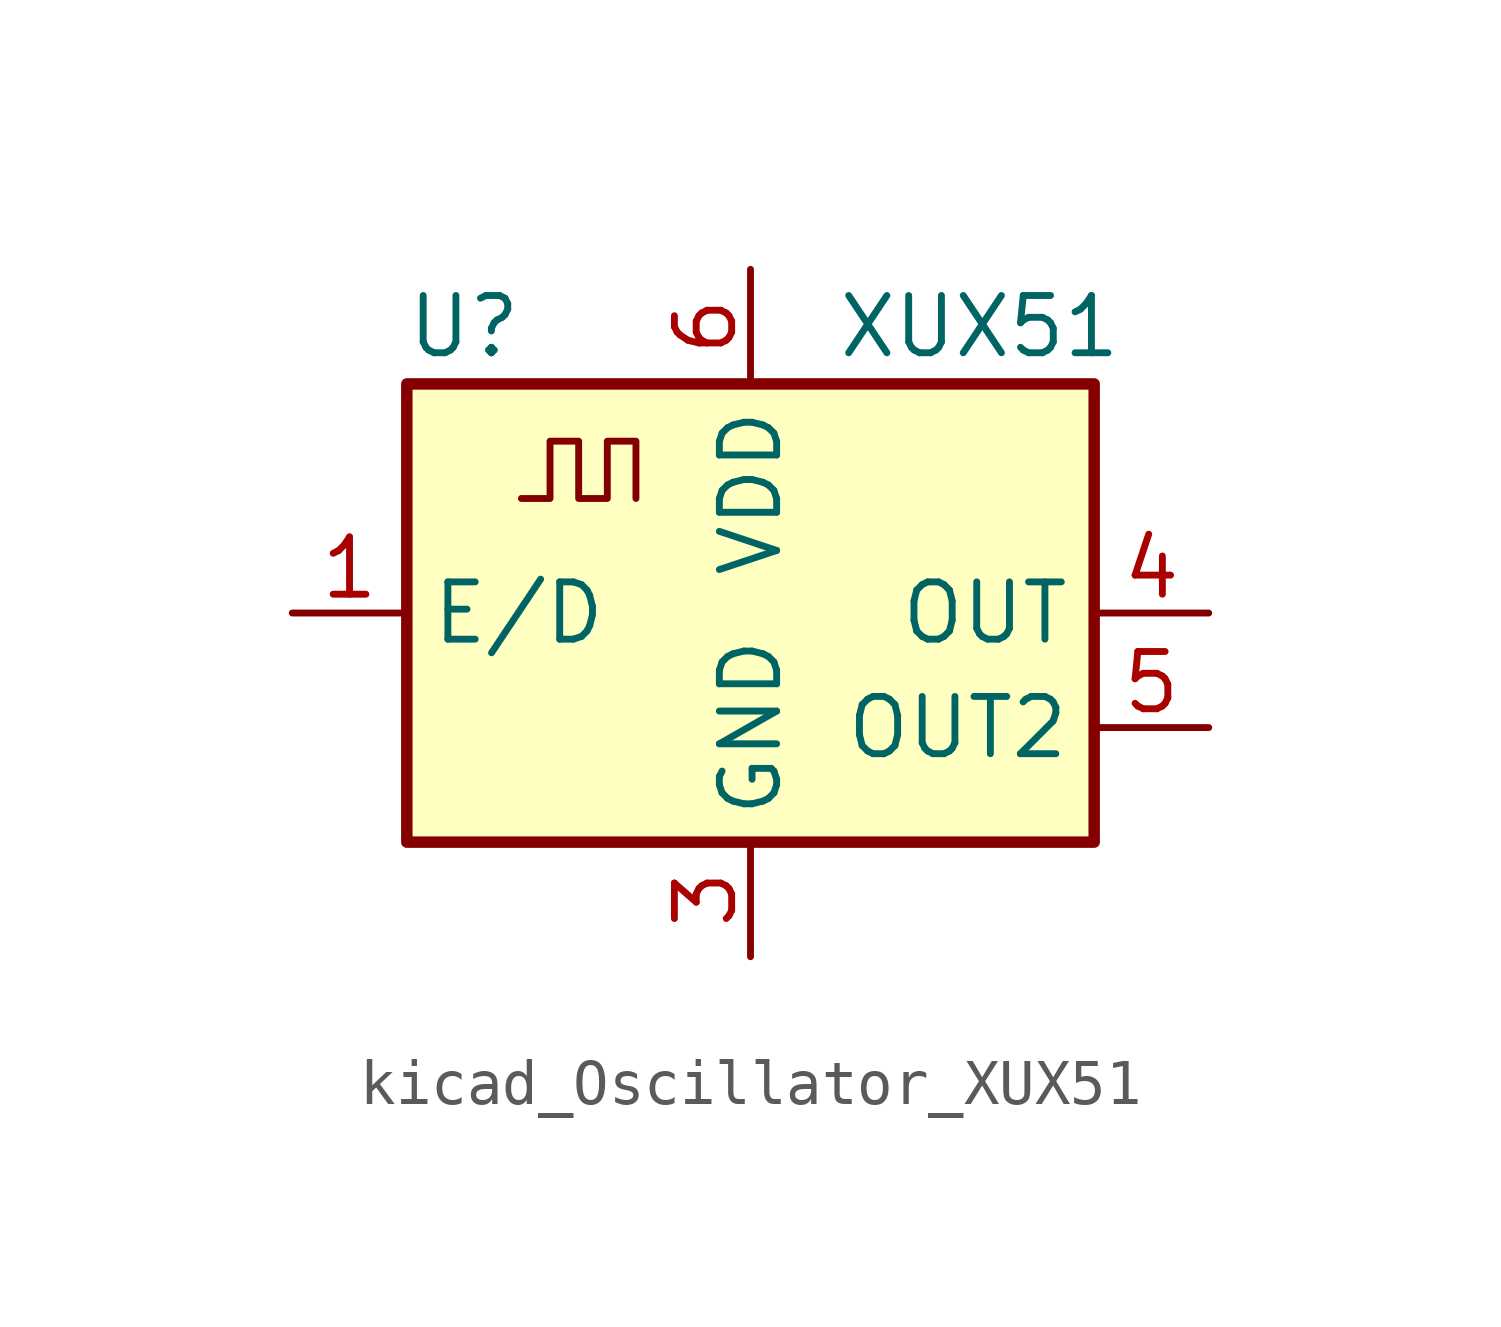
<source format=kicad_sym>
(kicad_symbol_lib
  (version 20220914)
  (generator kicad_symbol_editor)
  (symbol "kicad_Oscillator_XUX51"
    (property "Reference" "U"
      (at -6.35 6.35 0)
      (effects (font (size 1.27 1.27))))
    (property "Value" "XUX51"
      (at 5.08 6.35 0)
      (effects (font (size 1.27 1.27))))
    (symbol "kicad_Oscillator_XUX51_0_1"
      (rectangle (start -7.62 5.08) (end 7.62 -5.08) (stroke (width 0.254) (type default)) (fill (type background)))
      (polyline (pts (xy -5.08 2.54) (xy -4.445 2.54) (xy -4.445 3.81) (xy -3.81 3.81) (xy -3.81 2.54) (xy -3.175 2.54) (xy -3.175 3.81) (xy -2.54 3.81) (xy -2.54 2.54)) (stroke (width 0) (type default)) (fill (type none))))
    (symbol "kicad_Oscillator_XUX51_1_1"
      (pin input line (at -10.16 0 0) (length 2.54) (name "E/D" (effects (font (size 1.27 1.27)))) (number "1" (effects (font (size 1.27 1.27)))))
      (pin no_connect line (at -7.62 -2.54 0) (length 2.54) hide (name "NC" (effects (font (size 1.27 1.27)))) (number "2" (effects (font (size 1.27 1.27)))))
      (pin power_in line (at 0 -7.62 90) (length 2.54) (name "GND" (effects (font (size 1.27 1.27)))) (number "3" (effects (font (size 1.27 1.27)))))
      (pin output line (at 10.16 0 180) (length 2.54) (name "OUT" (effects (font (size 1.27 1.27)))) (number "4" (effects (font (size 1.27 1.27)))))
      (pin output line (at 10.16 -2.54 180) (length 2.54) (name "OUT2" (effects (font (size 1.27 1.27)))) (number "5" (effects (font (size 1.27 1.27)))))
      (pin power_in line (at 0 7.62 270) (length 2.54) (name "VDD" (effects (font (size 1.27 1.27)))) (number "6" (effects (font (size 1.27 1.27))))))))
</source>
